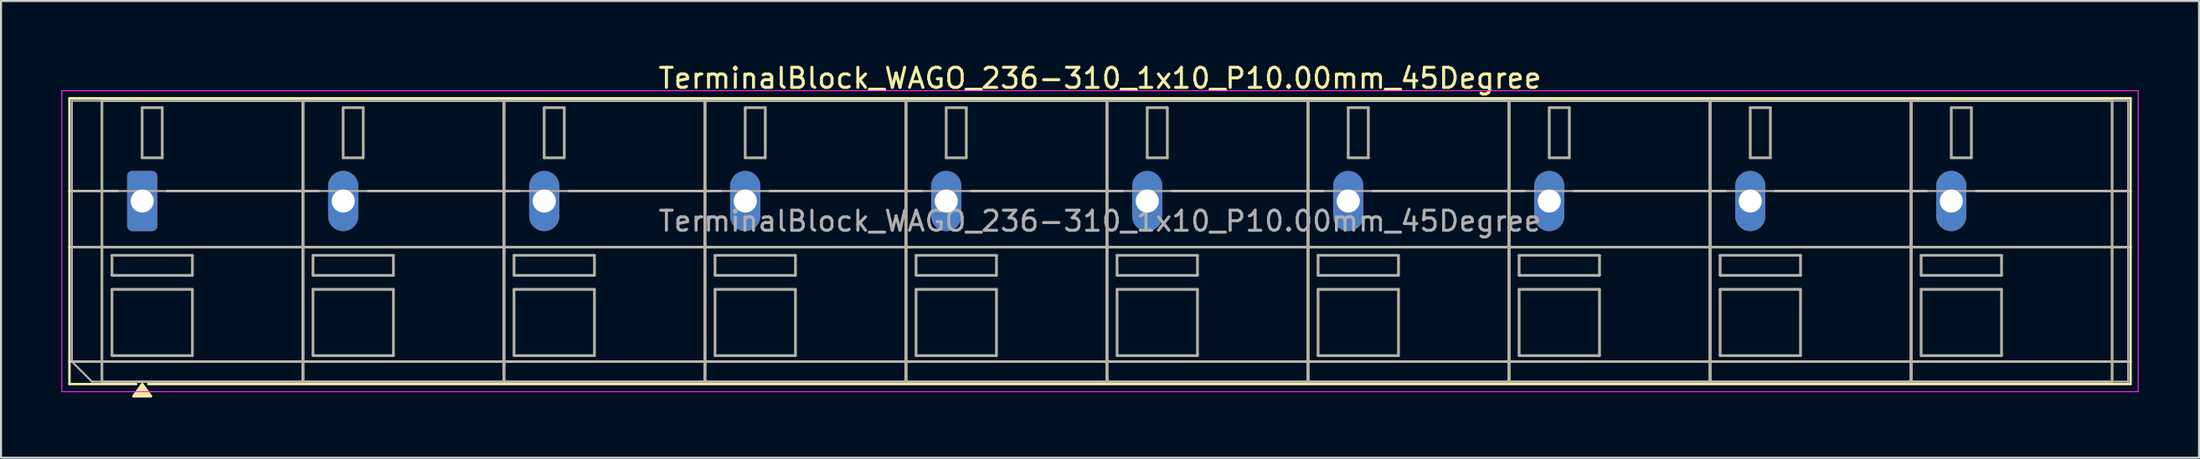
<source format=kicad_pcb>
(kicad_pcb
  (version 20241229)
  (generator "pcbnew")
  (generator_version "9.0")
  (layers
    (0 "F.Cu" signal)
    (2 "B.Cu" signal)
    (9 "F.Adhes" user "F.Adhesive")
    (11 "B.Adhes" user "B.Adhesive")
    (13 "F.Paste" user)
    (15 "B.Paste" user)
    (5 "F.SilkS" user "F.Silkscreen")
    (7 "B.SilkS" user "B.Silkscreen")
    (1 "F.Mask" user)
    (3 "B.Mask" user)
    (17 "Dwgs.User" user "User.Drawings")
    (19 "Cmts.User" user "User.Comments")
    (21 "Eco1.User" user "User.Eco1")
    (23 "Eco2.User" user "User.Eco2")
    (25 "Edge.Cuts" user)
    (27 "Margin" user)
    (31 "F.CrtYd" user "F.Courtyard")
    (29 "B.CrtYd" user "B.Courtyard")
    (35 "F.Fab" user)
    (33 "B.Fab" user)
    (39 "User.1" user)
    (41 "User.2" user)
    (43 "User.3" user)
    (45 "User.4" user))
  (footprint "TerminalBlock_WAGO_236-310_1x10_P10.00mm_45Degree"
    (layer "F.Cu")
    (at 4.025 6.968)
    (property "Reference" "TerminalBlock_WAGO_236-310_1x10_P10.00mm_45Degree" (at 47.65 -6.12 0) (layer "F.SilkS") (effects (font (size 1 1) (thickness 0.15))))
    (attr through_hole)
    (fp_line (start -3.62 -5.12) (end -3.62 9.12) (stroke (width 0.12) (type solid)) (layer "F.SilkS"))
    (fp_line (start -3.62 -5.12) (end 98.92 -5.12) (stroke (width 0.12) (type solid)) (layer "F.SilkS"))
    (fp_line (start -3.62 -0.5) (end -1.23 -0.5) (stroke (width 0.12) (type solid)) (layer "F.SilkS"))
    (fp_line (start -3.62 2.3) (end 98.92 2.3) (stroke (width 0.12) (type solid)) (layer "F.SilkS"))
    (fp_line (start -3.62 8) (end 98.92 8) (stroke (width 0.12) (type solid)) (layer "F.SilkS"))
    (fp_line (start -3.62 9.12) (end -0.3 9.12) (stroke (width 0.12) (type solid)) (layer "F.SilkS"))
    (fp_line (start -2 -5) (end -2 9) (stroke (width 0.12) (type solid)) (layer "F.SilkS"))
    (fp_line (start -2 -5) (end 8 -5) (stroke (width 0.12) (type solid)) (layer "F.SilkS"))
    (fp_line (start -2 9) (end 8 9) (stroke (width 0.12) (type solid)) (layer "F.SilkS"))
    (fp_line (start -1.5 2.7) (end -1.5 3.7) (stroke (width 0.12) (type solid)) (layer "F.SilkS"))
    (fp_line (start -1.5 2.7) (end 2.5 2.7) (stroke (width 0.12) (type solid)) (layer "F.SilkS"))
    (fp_line (start -1.5 3.7) (end 2.5 3.7) (stroke (width 0.12) (type solid)) (layer "F.SilkS"))
    (fp_line (start -1.5 4.4) (end -1.5 7.7) (stroke (width 0.12) (type solid)) (layer "F.SilkS"))
    (fp_line (start -1.5 4.4) (end 2.5 4.4) (stroke (width 0.12) (type solid)) (layer "F.SilkS"))
    (fp_line (start -1.5 7.7) (end 2.5 7.7) (stroke (width 0.12) (type solid)) (layer "F.SilkS"))
    (fp_line (start 0 -4.65) (end 0 -2.15) (stroke (width 0.12) (type solid)) (layer "F.SilkS"))
    (fp_line (start 0 -4.65) (end 1 -4.65) (stroke (width 0.12) (type solid)) (layer "F.SilkS"))
    (fp_line (start 0 -2.15) (end 1 -2.15) (stroke (width 0.12) (type solid)) (layer "F.SilkS"))
    (fp_line (start 0.3 9.12) (end 98.92 9.12) (stroke (width 0.12) (type solid)) (layer "F.SilkS"))
    (fp_line (start 1 -4.65) (end 1 -2.15) (stroke (width 0.12) (type solid)) (layer "F.SilkS"))
    (fp_line (start 1.23 -0.5) (end 8.77 -0.5) (stroke (width 0.12) (type solid)) (layer "F.SilkS"))
    (fp_line (start 2.5 2.7) (end 2.5 3.7) (stroke (width 0.12) (type solid)) (layer "F.SilkS"))
    (fp_line (start 2.5 4.4) (end 2.5 7.7) (stroke (width 0.12) (type solid)) (layer "F.SilkS"))
    (fp_line (start 8 -5) (end 8 9) (stroke (width 0.12) (type solid)) (layer "F.SilkS"))
    (fp_line (start 8 -5) (end 8 9) (stroke (width 0.12) (type solid)) (layer "F.SilkS"))
    (fp_line (start 8 -5) (end 18 -5) (stroke (width 0.12) (type solid)) (layer "F.SilkS"))
    (fp_line (start 8 9) (end 18 9) (stroke (width 0.12) (type solid)) (layer "F.SilkS"))
    (fp_line (start 8.5 2.7) (end 8.5 3.7) (stroke (width 0.12) (type solid)) (layer "F.SilkS"))
    (fp_line (start 8.5 2.7) (end 12.5 2.7) (stroke (width 0.12) (type solid)) (layer "F.SilkS"))
    (fp_line (start 8.5 3.7) (end 12.5 3.7) (stroke (width 0.12) (type solid)) (layer "F.SilkS"))
    (fp_line (start 8.5 4.4) (end 8.5 7.7) (stroke (width 0.12) (type solid)) (layer "F.SilkS"))
    (fp_line (start 8.5 4.4) (end 12.5 4.4) (stroke (width 0.12) (type solid)) (layer "F.SilkS"))
    (fp_line (start 8.5 7.7) (end 12.5 7.7) (stroke (width 0.12) (type solid)) (layer "F.SilkS"))
    (fp_line (start 10 -4.65) (end 10 -2.15) (stroke (width 0.12) (type solid)) (layer "F.SilkS"))
    (fp_line (start 10 -4.65) (end 11 -4.65) (stroke (width 0.12) (type solid)) (layer "F.SilkS"))
    (fp_line (start 10 -2.15) (end 11 -2.15) (stroke (width 0.12) (type solid)) (layer "F.SilkS"))
    (fp_line (start 11 -4.65) (end 11 -2.15) (stroke (width 0.12) (type solid)) (layer "F.SilkS"))
    (fp_line (start 11.23 -0.5) (end 18.77 -0.5) (stroke (width 0.12) (type solid)) (layer "F.SilkS"))
    (fp_line (start 12.5 2.7) (end 12.5 3.7) (stroke (width 0.12) (type solid)) (layer "F.SilkS"))
    (fp_line (start 12.5 4.4) (end 12.5 7.7) (stroke (width 0.12) (type solid)) (layer "F.SilkS"))
    (fp_line (start 18 -5) (end 18 9) (stroke (width 0.12) (type solid)) (layer "F.SilkS"))
    (fp_line (start 18 -5) (end 18 9) (stroke (width 0.12) (type solid)) (layer "F.SilkS"))
    (fp_line (start 18 -5) (end 28 -5) (stroke (width 0.12) (type solid)) (layer "F.SilkS"))
    (fp_line (start 18 9) (end 28 9) (stroke (width 0.12) (type solid)) (layer "F.SilkS"))
    (fp_line (start 18.5 2.7) (end 18.5 3.7) (stroke (width 0.12) (type solid)) (layer "F.SilkS"))
    (fp_line (start 18.5 2.7) (end 22.5 2.7) (stroke (width 0.12) (type solid)) (layer "F.SilkS"))
    (fp_line (start 18.5 3.7) (end 22.5 3.7) (stroke (width 0.12) (type solid)) (layer "F.SilkS"))
    (fp_line (start 18.5 4.4) (end 18.5 7.7) (stroke (width 0.12) (type solid)) (layer "F.SilkS"))
    (fp_line (start 18.5 4.4) (end 22.5 4.4) (stroke (width 0.12) (type solid)) (layer "F.SilkS"))
    (fp_line (start 18.5 7.7) (end 22.5 7.7) (stroke (width 0.12) (type solid)) (layer "F.SilkS"))
    (fp_line (start 20 -4.65) (end 20 -2.15) (stroke (width 0.12) (type solid)) (layer "F.SilkS"))
    (fp_line (start 20 -4.65) (end 21 -4.65) (stroke (width 0.12) (type solid)) (layer "F.SilkS"))
    (fp_line (start 20 -2.15) (end 21 -2.15) (stroke (width 0.12) (type solid)) (layer "F.SilkS"))
    (fp_line (start 21 -4.65) (end 21 -2.15) (stroke (width 0.12) (type solid)) (layer "F.SilkS"))
    (fp_line (start 21.23 -0.5) (end 28.77 -0.5) (stroke (width 0.12) (type solid)) (layer "F.SilkS"))
    (fp_line (start 22.5 2.7) (end 22.5 3.7) (stroke (width 0.12) (type solid)) (layer "F.SilkS"))
    (fp_line (start 22.5 4.4) (end 22.5 7.7) (stroke (width 0.12) (type solid)) (layer "F.SilkS"))
    (fp_line (start 28 -5) (end 28 9) (stroke (width 0.12) (type solid)) (layer "F.SilkS"))
    (fp_line (start 28 -5) (end 28 9) (stroke (width 0.12) (type solid)) (layer "F.SilkS"))
    (fp_line (start 28 -5) (end 38 -5) (stroke (width 0.12) (type solid)) (layer "F.SilkS"))
    (fp_line (start 28 9) (end 38 9) (stroke (width 0.12) (type solid)) (layer "F.SilkS"))
    (fp_line (start 28.5 2.7) (end 28.5 3.7) (stroke (width 0.12) (type solid)) (layer "F.SilkS"))
    (fp_line (start 28.5 2.7) (end 32.5 2.7) (stroke (width 0.12) (type solid)) (layer "F.SilkS"))
    (fp_line (start 28.5 3.7) (end 32.5 3.7) (stroke (width 0.12) (type solid)) (layer "F.SilkS"))
    (fp_line (start 28.5 4.4) (end 28.5 7.7) (stroke (width 0.12) (type solid)) (layer "F.SilkS"))
    (fp_line (start 28.5 4.4) (end 32.5 4.4) (stroke (width 0.12) (type solid)) (layer "F.SilkS"))
    (fp_line (start 28.5 7.7) (end 32.5 7.7) (stroke (width 0.12) (type solid)) (layer "F.SilkS"))
    (fp_line (start 30 -4.65) (end 30 -2.15) (stroke (width 0.12) (type solid)) (layer "F.SilkS"))
    (fp_line (start 30 -4.65) (end 31 -4.65) (stroke (width 0.12) (type solid)) (layer "F.SilkS"))
    (fp_line (start 30 -2.15) (end 31 -2.15) (stroke (width 0.12) (type solid)) (layer "F.SilkS"))
    (fp_line (start 31 -4.65) (end 31 -2.15) (stroke (width 0.12) (type solid)) (layer "F.SilkS"))
    (fp_line (start 31.23 -0.5) (end 38.77 -0.5) (stroke (width 0.12) (type solid)) (layer "F.SilkS"))
    (fp_line (start 32.5 2.7) (end 32.5 3.7) (stroke (width 0.12) (type solid)) (layer "F.SilkS"))
    (fp_line (start 32.5 4.4) (end 32.5 7.7) (stroke (width 0.12) (type solid)) (layer "F.SilkS"))
    (fp_line (start 38 -5) (end 38 9) (stroke (width 0.12) (type solid)) (layer "F.SilkS"))
    (fp_line (start 38 -5) (end 38 9) (stroke (width 0.12) (type solid)) (layer "F.SilkS"))
    (fp_line (start 38 -5) (end 48 -5) (stroke (width 0.12) (type solid)) (layer "F.SilkS"))
    (fp_line (start 38 9) (end 48 9) (stroke (width 0.12) (type solid)) (layer "F.SilkS"))
    (fp_line (start 38.5 2.7) (end 38.5 3.7) (stroke (width 0.12) (type solid)) (layer "F.SilkS"))
    (fp_line (start 38.5 2.7) (end 42.5 2.7) (stroke (width 0.12) (type solid)) (layer "F.SilkS"))
    (fp_line (start 38.5 3.7) (end 42.5 3.7) (stroke (width 0.12) (type solid)) (layer "F.SilkS"))
    (fp_line (start 38.5 4.4) (end 38.5 7.7) (stroke (width 0.12) (type solid)) (layer "F.SilkS"))
    (fp_line (start 38.5 4.4) (end 42.5 4.4) (stroke (width 0.12) (type solid)) (layer "F.SilkS"))
    (fp_line (start 38.5 7.7) (end 42.5 7.7) (stroke (width 0.12) (type solid)) (layer "F.SilkS"))
    (fp_line (start 40 -4.65) (end 40 -2.15) (stroke (width 0.12) (type solid)) (layer "F.SilkS"))
    (fp_line (start 40 -4.65) (end 41 -4.65) (stroke (width 0.12) (type solid)) (layer "F.SilkS"))
    (fp_line (start 40 -2.15) (end 41 -2.15) (stroke (width 0.12) (type solid)) (layer "F.SilkS"))
    (fp_line (start 41 -4.65) (end 41 -2.15) (stroke (width 0.12) (type solid)) (layer "F.SilkS"))
    (fp_line (start 41.23 -0.5) (end 48.77 -0.5) (stroke (width 0.12) (type solid)) (layer "F.SilkS"))
    (fp_line (start 42.5 2.7) (end 42.5 3.7) (stroke (width 0.12) (type solid)) (layer "F.SilkS"))
    (fp_line (start 42.5 4.4) (end 42.5 7.7) (stroke (width 0.12) (type solid)) (layer "F.SilkS"))
    (fp_line (start 48 -5) (end 48 9) (stroke (width 0.12) (type solid)) (layer "F.SilkS"))
    (fp_line (start 48 -5) (end 48 9) (stroke (width 0.12) (type solid)) (layer "F.SilkS"))
    (fp_line (start 48 -5) (end 58 -5) (stroke (width 0.12) (type solid)) (layer "F.SilkS"))
    (fp_line (start 48 9) (end 58 9) (stroke (width 0.12) (type solid)) (layer "F.SilkS"))
    (fp_line (start 48.5 2.7) (end 48.5 3.7) (stroke (width 0.12) (type solid)) (layer "F.SilkS"))
    (fp_line (start 48.5 2.7) (end 52.5 2.7) (stroke (width 0.12) (type solid)) (layer "F.SilkS"))
    (fp_line (start 48.5 3.7) (end 52.5 3.7) (stroke (width 0.12) (type solid)) (layer "F.SilkS"))
    (fp_line (start 48.5 4.4) (end 48.5 7.7) (stroke (width 0.12) (type solid)) (layer "F.SilkS"))
    (fp_line (start 48.5 4.4) (end 52.5 4.4) (stroke (width 0.12) (type solid)) (layer "F.SilkS"))
    (fp_line (start 48.5 7.7) (end 52.5 7.7) (stroke (width 0.12) (type solid)) (layer "F.SilkS"))
    (fp_line (start 50 -4.65) (end 50 -2.15) (stroke (width 0.12) (type solid)) (layer "F.SilkS"))
    (fp_line (start 50 -4.65) (end 51 -4.65) (stroke (width 0.12) (type solid)) (layer "F.SilkS"))
    (fp_line (start 50 -2.15) (end 51 -2.15) (stroke (width 0.12) (type solid)) (layer "F.SilkS"))
    (fp_line (start 51 -4.65) (end 51 -2.15) (stroke (width 0.12) (type solid)) (layer "F.SilkS"))
    (fp_line (start 51.23 -0.5) (end 58.77 -0.5) (stroke (width 0.12) (type solid)) (layer "F.SilkS"))
    (fp_line (start 52.5 2.7) (end 52.5 3.7) (stroke (width 0.12) (type solid)) (layer "F.SilkS"))
    (fp_line (start 52.5 4.4) (end 52.5 7.7) (stroke (width 0.12) (type solid)) (layer "F.SilkS"))
    (fp_line (start 58 -5) (end 58 9) (stroke (width 0.12) (type solid)) (layer "F.SilkS"))
    (fp_line (start 58 -5) (end 58 9) (stroke (width 0.12) (type solid)) (layer "F.SilkS"))
    (fp_line (start 58 -5) (end 68 -5) (stroke (width 0.12) (type solid)) (layer "F.SilkS"))
    (fp_line (start 58 9) (end 68 9) (stroke (width 0.12) (type solid)) (layer "F.SilkS"))
    (fp_line (start 58.5 2.7) (end 58.5 3.7) (stroke (width 0.12) (type solid)) (layer "F.SilkS"))
    (fp_line (start 58.5 2.7) (end 62.5 2.7) (stroke (width 0.12) (type solid)) (layer "F.SilkS"))
    (fp_line (start 58.5 3.7) (end 62.5 3.7) (stroke (width 0.12) (type solid)) (layer "F.SilkS"))
    (fp_line (start 58.5 4.4) (end 58.5 7.7) (stroke (width 0.12) (type solid)) (layer "F.SilkS"))
    (fp_line (start 58.5 4.4) (end 62.5 4.4) (stroke (width 0.12) (type solid)) (layer "F.SilkS"))
    (fp_line (start 58.5 7.7) (end 62.5 7.7) (stroke (width 0.12) (type solid)) (layer "F.SilkS"))
    (fp_line (start 60 -4.65) (end 60 -2.15) (stroke (width 0.12) (type solid)) (layer "F.SilkS"))
    (fp_line (start 60 -4.65) (end 61 -4.65) (stroke (width 0.12) (type solid)) (layer "F.SilkS"))
    (fp_line (start 60 -2.15) (end 61 -2.15) (stroke (width 0.12) (type solid)) (layer "F.SilkS"))
    (fp_line (start 61 -4.65) (end 61 -2.15) (stroke (width 0.12) (type solid)) (layer "F.SilkS"))
    (fp_line (start 61.23 -0.5) (end 68.77 -0.5) (stroke (width 0.12) (type solid)) (layer "F.SilkS"))
    (fp_line (start 62.5 2.7) (end 62.5 3.7) (stroke (width 0.12) (type solid)) (layer "F.SilkS"))
    (fp_line (start 62.5 4.4) (end 62.5 7.7) (stroke (width 0.12) (type solid)) (layer "F.SilkS"))
    (fp_line (start 68 -5) (end 68 9) (stroke (width 0.12) (type solid)) (layer "F.SilkS"))
    (fp_line (start 68 -5) (end 68 9) (stroke (width 0.12) (type solid)) (layer "F.SilkS"))
    (fp_line (start 68 -5) (end 78 -5) (stroke (width 0.12) (type solid)) (layer "F.SilkS"))
    (fp_line (start 68 9) (end 78 9) (stroke (width 0.12) (type solid)) (layer "F.SilkS"))
    (fp_line (start 68.5 2.7) (end 68.5 3.7) (stroke (width 0.12) (type solid)) (layer "F.SilkS"))
    (fp_line (start 68.5 2.7) (end 72.5 2.7) (stroke (width 0.12) (type solid)) (layer "F.SilkS"))
    (fp_line (start 68.5 3.7) (end 72.5 3.7) (stroke (width 0.12) (type solid)) (layer "F.SilkS"))
    (fp_line (start 68.5 4.4) (end 68.5 7.7) (stroke (width 0.12) (type solid)) (layer "F.SilkS"))
    (fp_line (start 68.5 4.4) (end 72.5 4.4) (stroke (width 0.12) (type solid)) (layer "F.SilkS"))
    (fp_line (start 68.5 7.7) (end 72.5 7.7) (stroke (width 0.12) (type solid)) (layer "F.SilkS"))
    (fp_line (start 70 -4.65) (end 70 -2.15) (stroke (width 0.12) (type solid)) (layer "F.SilkS"))
    (fp_line (start 70 -4.65) (end 71 -4.65) (stroke (width 0.12) (type solid)) (layer "F.SilkS"))
    (fp_line (start 70 -2.15) (end 71 -2.15) (stroke (width 0.12) (type solid)) (layer "F.SilkS"))
    (fp_line (start 71 -4.65) (end 71 -2.15) (stroke (width 0.12) (type solid)) (layer "F.SilkS"))
    (fp_line (start 71.23 -0.5) (end 78.77 -0.5) (stroke (width 0.12) (type solid)) (layer "F.SilkS"))
    (fp_line (start 72.5 2.7) (end 72.5 3.7) (stroke (width 0.12) (type solid)) (layer "F.SilkS"))
    (fp_line (start 72.5 4.4) (end 72.5 7.7) (stroke (width 0.12) (type solid)) (layer "F.SilkS"))
    (fp_line (start 78 -5) (end 78 9) (stroke (width 0.12) (type solid)) (layer "F.SilkS"))
    (fp_line (start 78 -5) (end 78 9) (stroke (width 0.12) (type solid)) (layer "F.SilkS"))
    (fp_line (start 78 -5) (end 88 -5) (stroke (width 0.12) (type solid)) (layer "F.SilkS"))
    (fp_line (start 78 9) (end 88 9) (stroke (width 0.12) (type solid)) (layer "F.SilkS"))
    (fp_line (start 78.5 2.7) (end 78.5 3.7) (stroke (width 0.12) (type solid)) (layer "F.SilkS"))
    (fp_line (start 78.5 2.7) (end 82.5 2.7) (stroke (width 0.12) (type solid)) (layer "F.SilkS"))
    (fp_line (start 78.5 3.7) (end 82.5 3.7) (stroke (width 0.12) (type solid)) (layer "F.SilkS"))
    (fp_line (start 78.5 4.4) (end 78.5 7.7) (stroke (width 0.12) (type solid)) (layer "F.SilkS"))
    (fp_line (start 78.5 4.4) (end 82.5 4.4) (stroke (width 0.12) (type solid)) (layer "F.SilkS"))
    (fp_line (start 78.5 7.7) (end 82.5 7.7) (stroke (width 0.12) (type solid)) (layer "F.SilkS"))
    (fp_line (start 80 -4.65) (end 80 -2.15) (stroke (width 0.12) (type solid)) (layer "F.SilkS"))
    (fp_line (start 80 -4.65) (end 81 -4.65) (stroke (width 0.12) (type solid)) (layer "F.SilkS"))
    (fp_line (start 80 -2.15) (end 81 -2.15) (stroke (width 0.12) (type solid)) (layer "F.SilkS"))
    (fp_line (start 81 -4.65) (end 81 -2.15) (stroke (width 0.12) (type solid)) (layer "F.SilkS"))
    (fp_line (start 81.23 -0.5) (end 88.77 -0.5) (stroke (width 0.12) (type solid)) (layer "F.SilkS"))
    (fp_line (start 82.5 2.7) (end 82.5 3.7) (stroke (width 0.12) (type solid)) (layer "F.SilkS"))
    (fp_line (start 82.5 4.4) (end 82.5 7.7) (stroke (width 0.12) (type solid)) (layer "F.SilkS"))
    (fp_line (start 88 -5) (end 88 9) (stroke (width 0.12) (type solid)) (layer "F.SilkS"))
    (fp_line (start 88 -5) (end 88 9) (stroke (width 0.12) (type solid)) (layer "F.SilkS"))
    (fp_line (start 88 -5) (end 98 -5) (stroke (width 0.12) (type solid)) (layer "F.SilkS"))
    (fp_line (start 88 9) (end 98 9) (stroke (width 0.12) (type solid)) (layer "F.SilkS"))
    (fp_line (start 88.5 2.7) (end 88.5 3.7) (stroke (width 0.12) (type solid)) (layer "F.SilkS"))
    (fp_line (start 88.5 2.7) (end 92.5 2.7) (stroke (width 0.12) (type solid)) (layer "F.SilkS"))
    (fp_line (start 88.5 3.7) (end 92.5 3.7) (stroke (width 0.12) (type solid)) (layer "F.SilkS"))
    (fp_line (start 88.5 4.4) (end 88.5 7.7) (stroke (width 0.12) (type solid)) (layer "F.SilkS"))
    (fp_line (start 88.5 4.4) (end 92.5 4.4) (stroke (width 0.12) (type solid)) (layer "F.SilkS"))
    (fp_line (start 88.5 7.7) (end 92.5 7.7) (stroke (width 0.12) (type solid)) (layer "F.SilkS"))
    (fp_line (start 90 -4.65) (end 90 -2.15) (stroke (width 0.12) (type solid)) (layer "F.SilkS"))
    (fp_line (start 90 -4.65) (end 91 -4.65) (stroke (width 0.12) (type solid)) (layer "F.SilkS"))
    (fp_line (start 90 -2.15) (end 91 -2.15) (stroke (width 0.12) (type solid)) (layer "F.SilkS"))
    (fp_line (start 91 -4.65) (end 91 -2.15) (stroke (width 0.12) (type solid)) (layer "F.SilkS"))
    (fp_line (start 91.23 -0.5) (end 98.92 -0.5) (stroke (width 0.12) (type solid)) (layer "F.SilkS"))
    (fp_line (start 92.5 2.7) (end 92.5 3.7) (stroke (width 0.12) (type solid)) (layer "F.SilkS"))
    (fp_line (start 92.5 4.4) (end 92.5 7.7) (stroke (width 0.12) (type solid)) (layer "F.SilkS"))
    (fp_line (start 98 -5) (end 98 9) (stroke (width 0.12) (type solid)) (layer "F.SilkS"))
    (fp_line (start 98.92 -5.12) (end 98.92 9.12) (stroke (width 0.12) (type solid)) (layer "F.SilkS"))
    (fp_poly (pts (xy 0 9.12) (xy 0.44 9.73) (xy -0.44 9.73)) (stroke (width 0.12) (type solid)) (fill yes) (layer "F.SilkS"))
    (fp_line (start -4 -5.5) (end -4 9.5) (stroke (width 0.05) (type solid)) (layer "F.CrtYd"))
    (fp_line (start -4 9.5) (end 99.3 9.5) (stroke (width 0.05) (type solid)) (layer "F.CrtYd"))
    (fp_line (start 99.3 -5.5) (end -4 -5.5) (stroke (width 0.05) (type solid)) (layer "F.CrtYd"))
    (fp_line (start 99.3 9.5) (end 99.3 -5.5) (stroke (width 0.05) (type solid)) (layer "F.CrtYd"))
    (fp_line (start -3.5 -5) (end 98.8 -5) (stroke (width 0.1) (type solid)) (layer "F.Fab"))
    (fp_line (start -3.5 -0.5) (end 98.8 -0.5) (stroke (width 0.1) (type solid)) (layer "F.Fab"))
    (fp_line (start -3.5 2.3) (end 98.8 2.3) (stroke (width 0.1) (type solid)) (layer "F.Fab"))
    (fp_line (start -3.5 8) (end -3.5 -5) (stroke (width 0.1) (type solid)) (layer "F.Fab"))
    (fp_line (start -3.5 8) (end 98.8 8) (stroke (width 0.1) (type solid)) (layer "F.Fab"))
    (fp_line (start -2.5 9) (end -3.5 8) (stroke (width 0.1) (type solid)) (layer "F.Fab"))
    (fp_line (start -2 -5) (end -2 9) (stroke (width 0.1) (type solid)) (layer "F.Fab"))
    (fp_line (start -2 9) (end 8 9) (stroke (width 0.1) (type solid)) (layer "F.Fab"))
    (fp_line (start -1.5 2.7) (end -1.5 3.7) (stroke (width 0.1) (type solid)) (layer "F.Fab"))
    (fp_line (start -1.5 3.7) (end 2.5 3.7) (stroke (width 0.1) (type solid)) (layer "F.Fab"))
    (fp_line (start -1.5 4.4) (end -1.5 7.7) (stroke (width 0.1) (type solid)) (layer "F.Fab"))
    (fp_line (start -1.5 7.7) (end 2.5 7.7) (stroke (width 0.1) (type solid)) (layer "F.Fab"))
    (fp_line (start 0 -4.65) (end 0 -2.15) (stroke (width 0.1) (type solid)) (layer "F.Fab"))
    (fp_line (start 0 -2.15) (end 1 -2.15) (stroke (width 0.1) (type solid)) (layer "F.Fab"))
    (fp_line (start 1 -4.65) (end 0 -4.65) (stroke (width 0.1) (type solid)) (layer "F.Fab"))
    (fp_line (start 1 -2.15) (end 1 -4.65) (stroke (width 0.1) (type solid)) (layer "F.Fab"))
    (fp_line (start 2.5 2.7) (end -1.5 2.7) (stroke (width 0.1) (type solid)) (layer "F.Fab"))
    (fp_line (start 2.5 3.7) (end 2.5 2.7) (stroke (width 0.1) (type solid)) (layer "F.Fab"))
    (fp_line (start 2.5 4.4) (end -1.5 4.4) (stroke (width 0.1) (type solid)) (layer "F.Fab"))
    (fp_line (start 2.5 7.7) (end 2.5 4.4) (stroke (width 0.1) (type solid)) (layer "F.Fab"))
    (fp_line (start 8 -5) (end -2 -5) (stroke (width 0.1) (type solid)) (layer "F.Fab"))
    (fp_line (start 8 -5) (end 8 9) (stroke (width 0.1) (type solid)) (layer "F.Fab"))
    (fp_line (start 8 9) (end 8 -5) (stroke (width 0.1) (type solid)) (layer "F.Fab"))
    (fp_line (start 8 9) (end 18 9) (stroke (width 0.1) (type solid)) (layer "F.Fab"))
    (fp_line (start 8.5 2.7) (end 8.5 3.7) (stroke (width 0.1) (type solid)) (layer "F.Fab"))
    (fp_line (start 8.5 3.7) (end 12.5 3.7) (stroke (width 0.1) (type solid)) (layer "F.Fab"))
    (fp_line (start 8.5 4.4) (end 8.5 7.7) (stroke (width 0.1) (type solid)) (layer "F.Fab"))
    (fp_line (start 8.5 7.7) (end 12.5 7.7) (stroke (width 0.1) (type solid)) (layer "F.Fab"))
    (fp_line (start 10 -4.65) (end 10 -2.15) (stroke (width 0.1) (type solid)) (layer "F.Fab"))
    (fp_line (start 10 -2.15) (end 11 -2.15) (stroke (width 0.1) (type solid)) (layer "F.Fab"))
    (fp_line (start 11 -4.65) (end 10 -4.65) (stroke (width 0.1) (type solid)) (layer "F.Fab"))
    (fp_line (start 11 -2.15) (end 11 -4.65) (stroke (width 0.1) (type solid)) (layer "F.Fab"))
    (fp_line (start 12.5 2.7) (end 8.5 2.7) (stroke (width 0.1) (type solid)) (layer "F.Fab"))
    (fp_line (start 12.5 3.7) (end 12.5 2.7) (stroke (width 0.1) (type solid)) (layer "F.Fab"))
    (fp_line (start 12.5 4.4) (end 8.5 4.4) (stroke (width 0.1) (type solid)) (layer "F.Fab"))
    (fp_line (start 12.5 7.7) (end 12.5 4.4) (stroke (width 0.1) (type solid)) (layer "F.Fab"))
    (fp_line (start 18 -5) (end 8 -5) (stroke (width 0.1) (type solid)) (layer "F.Fab"))
    (fp_line (start 18 -5) (end 18 9) (stroke (width 0.1) (type solid)) (layer "F.Fab"))
    (fp_line (start 18 9) (end 18 -5) (stroke (width 0.1) (type solid)) (layer "F.Fab"))
    (fp_line (start 18 9) (end 28 9) (stroke (width 0.1) (type solid)) (layer "F.Fab"))
    (fp_line (start 18.5 2.7) (end 18.5 3.7) (stroke (width 0.1) (type solid)) (layer "F.Fab"))
    (fp_line (start 18.5 3.7) (end 22.5 3.7) (stroke (width 0.1) (type solid)) (layer "F.Fab"))
    (fp_line (start 18.5 4.4) (end 18.5 7.7) (stroke (width 0.1) (type solid)) (layer "F.Fab"))
    (fp_line (start 18.5 7.7) (end 22.5 7.7) (stroke (width 0.1) (type solid)) (layer "F.Fab"))
    (fp_line (start 20 -4.65) (end 20 -2.15) (stroke (width 0.1) (type solid)) (layer "F.Fab"))
    (fp_line (start 20 -2.15) (end 21 -2.15) (stroke (width 0.1) (type solid)) (layer "F.Fab"))
    (fp_line (start 21 -4.65) (end 20 -4.65) (stroke (width 0.1) (type solid)) (layer "F.Fab"))
    (fp_line (start 21 -2.15) (end 21 -4.65) (stroke (width 0.1) (type solid)) (layer "F.Fab"))
    (fp_line (start 22.5 2.7) (end 18.5 2.7) (stroke (width 0.1) (type solid)) (layer "F.Fab"))
    (fp_line (start 22.5 3.7) (end 22.5 2.7) (stroke (width 0.1) (type solid)) (layer "F.Fab"))
    (fp_line (start 22.5 4.4) (end 18.5 4.4) (stroke (width 0.1) (type solid)) (layer "F.Fab"))
    (fp_line (start 22.5 7.7) (end 22.5 4.4) (stroke (width 0.1) (type solid)) (layer "F.Fab"))
    (fp_line (start 28 -5) (end 18 -5) (stroke (width 0.1) (type solid)) (layer "F.Fab"))
    (fp_line (start 28 -5) (end 28 9) (stroke (width 0.1) (type solid)) (layer "F.Fab"))
    (fp_line (start 28 9) (end 28 -5) (stroke (width 0.1) (type solid)) (layer "F.Fab"))
    (fp_line (start 28 9) (end 38 9) (stroke (width 0.1) (type solid)) (layer "F.Fab"))
    (fp_line (start 28.5 2.7) (end 28.5 3.7) (stroke (width 0.1) (type solid)) (layer "F.Fab"))
    (fp_line (start 28.5 3.7) (end 32.5 3.7) (stroke (width 0.1) (type solid)) (layer "F.Fab"))
    (fp_line (start 28.5 4.4) (end 28.5 7.7) (stroke (width 0.1) (type solid)) (layer "F.Fab"))
    (fp_line (start 28.5 7.7) (end 32.5 7.7) (stroke (width 0.1) (type solid)) (layer "F.Fab"))
    (fp_line (start 30 -4.65) (end 30 -2.15) (stroke (width 0.1) (type solid)) (layer "F.Fab"))
    (fp_line (start 30 -2.15) (end 31 -2.15) (stroke (width 0.1) (type solid)) (layer "F.Fab"))
    (fp_line (start 31 -4.65) (end 30 -4.65) (stroke (width 0.1) (type solid)) (layer "F.Fab"))
    (fp_line (start 31 -2.15) (end 31 -4.65) (stroke (width 0.1) (type solid)) (layer "F.Fab"))
    (fp_line (start 32.5 2.7) (end 28.5 2.7) (stroke (width 0.1) (type solid)) (layer "F.Fab"))
    (fp_line (start 32.5 3.7) (end 32.5 2.7) (stroke (width 0.1) (type solid)) (layer "F.Fab"))
    (fp_line (start 32.5 4.4) (end 28.5 4.4) (stroke (width 0.1) (type solid)) (layer "F.Fab"))
    (fp_line (start 32.5 7.7) (end 32.5 4.4) (stroke (width 0.1) (type solid)) (layer "F.Fab"))
    (fp_line (start 38 -5) (end 28 -5) (stroke (width 0.1) (type solid)) (layer "F.Fab"))
    (fp_line (start 38 -5) (end 38 9) (stroke (width 0.1) (type solid)) (layer "F.Fab"))
    (fp_line (start 38 9) (end 38 -5) (stroke (width 0.1) (type solid)) (layer "F.Fab"))
    (fp_line (start 38 9) (end 48 9) (stroke (width 0.1) (type solid)) (layer "F.Fab"))
    (fp_line (start 38.5 2.7) (end 38.5 3.7) (stroke (width 0.1) (type solid)) (layer "F.Fab"))
    (fp_line (start 38.5 3.7) (end 42.5 3.7) (stroke (width 0.1) (type solid)) (layer "F.Fab"))
    (fp_line (start 38.5 4.4) (end 38.5 7.7) (stroke (width 0.1) (type solid)) (layer "F.Fab"))
    (fp_line (start 38.5 7.7) (end 42.5 7.7) (stroke (width 0.1) (type solid)) (layer "F.Fab"))
    (fp_line (start 40 -4.65) (end 40 -2.15) (stroke (width 0.1) (type solid)) (layer "F.Fab"))
    (fp_line (start 40 -2.15) (end 41 -2.15) (stroke (width 0.1) (type solid)) (layer "F.Fab"))
    (fp_line (start 41 -4.65) (end 40 -4.65) (stroke (width 0.1) (type solid)) (layer "F.Fab"))
    (fp_line (start 41 -2.15) (end 41 -4.65) (stroke (width 0.1) (type solid)) (layer "F.Fab"))
    (fp_line (start 42.5 2.7) (end 38.5 2.7) (stroke (width 0.1) (type solid)) (layer "F.Fab"))
    (fp_line (start 42.5 3.7) (end 42.5 2.7) (stroke (width 0.1) (type solid)) (layer "F.Fab"))
    (fp_line (start 42.5 4.4) (end 38.5 4.4) (stroke (width 0.1) (type solid)) (layer "F.Fab"))
    (fp_line (start 42.5 7.7) (end 42.5 4.4) (stroke (width 0.1) (type solid)) (layer "F.Fab"))
    (fp_line (start 48 -5) (end 38 -5) (stroke (width 0.1) (type solid)) (layer "F.Fab"))
    (fp_line (start 48 -5) (end 48 9) (stroke (width 0.1) (type solid)) (layer "F.Fab"))
    (fp_line (start 48 9) (end 48 -5) (stroke (width 0.1) (type solid)) (layer "F.Fab"))
    (fp_line (start 48 9) (end 58 9) (stroke (width 0.1) (type solid)) (layer "F.Fab"))
    (fp_line (start 48.5 2.7) (end 48.5 3.7) (stroke (width 0.1) (type solid)) (layer "F.Fab"))
    (fp_line (start 48.5 3.7) (end 52.5 3.7) (stroke (width 0.1) (type solid)) (layer "F.Fab"))
    (fp_line (start 48.5 4.4) (end 48.5 7.7) (stroke (width 0.1) (type solid)) (layer "F.Fab"))
    (fp_line (start 48.5 7.7) (end 52.5 7.7) (stroke (width 0.1) (type solid)) (layer "F.Fab"))
    (fp_line (start 50 -4.65) (end 50 -2.15) (stroke (width 0.1) (type solid)) (layer "F.Fab"))
    (fp_line (start 50 -2.15) (end 51 -2.15) (stroke (width 0.1) (type solid)) (layer "F.Fab"))
    (fp_line (start 51 -4.65) (end 50 -4.65) (stroke (width 0.1) (type solid)) (layer "F.Fab"))
    (fp_line (start 51 -2.15) (end 51 -4.65) (stroke (width 0.1) (type solid)) (layer "F.Fab"))
    (fp_line (start 52.5 2.7) (end 48.5 2.7) (stroke (width 0.1) (type solid)) (layer "F.Fab"))
    (fp_line (start 52.5 3.7) (end 52.5 2.7) (stroke (width 0.1) (type solid)) (layer "F.Fab"))
    (fp_line (start 52.5 4.4) (end 48.5 4.4) (stroke (width 0.1) (type solid)) (layer "F.Fab"))
    (fp_line (start 52.5 7.7) (end 52.5 4.4) (stroke (width 0.1) (type solid)) (layer "F.Fab"))
    (fp_line (start 58 -5) (end 48 -5) (stroke (width 0.1) (type solid)) (layer "F.Fab"))
    (fp_line (start 58 -5) (end 58 9) (stroke (width 0.1) (type solid)) (layer "F.Fab"))
    (fp_line (start 58 9) (end 58 -5) (stroke (width 0.1) (type solid)) (layer "F.Fab"))
    (fp_line (start 58 9) (end 68 9) (stroke (width 0.1) (type solid)) (layer "F.Fab"))
    (fp_line (start 58.5 2.7) (end 58.5 3.7) (stroke (width 0.1) (type solid)) (layer "F.Fab"))
    (fp_line (start 58.5 3.7) (end 62.5 3.7) (stroke (width 0.1) (type solid)) (layer "F.Fab"))
    (fp_line (start 58.5 4.4) (end 58.5 7.7) (stroke (width 0.1) (type solid)) (layer "F.Fab"))
    (fp_line (start 58.5 7.7) (end 62.5 7.7) (stroke (width 0.1) (type solid)) (layer "F.Fab"))
    (fp_line (start 60 -4.65) (end 60 -2.15) (stroke (width 0.1) (type solid)) (layer "F.Fab"))
    (fp_line (start 60 -2.15) (end 61 -2.15) (stroke (width 0.1) (type solid)) (layer "F.Fab"))
    (fp_line (start 61 -4.65) (end 60 -4.65) (stroke (width 0.1) (type solid)) (layer "F.Fab"))
    (fp_line (start 61 -2.15) (end 61 -4.65) (stroke (width 0.1) (type solid)) (layer "F.Fab"))
    (fp_line (start 62.5 2.7) (end 58.5 2.7) (stroke (width 0.1) (type solid)) (layer "F.Fab"))
    (fp_line (start 62.5 3.7) (end 62.5 2.7) (stroke (width 0.1) (type solid)) (layer "F.Fab"))
    (fp_line (start 62.5 4.4) (end 58.5 4.4) (stroke (width 0.1) (type solid)) (layer "F.Fab"))
    (fp_line (start 62.5 7.7) (end 62.5 4.4) (stroke (width 0.1) (type solid)) (layer "F.Fab"))
    (fp_line (start 68 -5) (end 58 -5) (stroke (width 0.1) (type solid)) (layer "F.Fab"))
    (fp_line (start 68 -5) (end 68 9) (stroke (width 0.1) (type solid)) (layer "F.Fab"))
    (fp_line (start 68 9) (end 68 -5) (stroke (width 0.1) (type solid)) (layer "F.Fab"))
    (fp_line (start 68 9) (end 78 9) (stroke (width 0.1) (type solid)) (layer "F.Fab"))
    (fp_line (start 68.5 2.7) (end 68.5 3.7) (stroke (width 0.1) (type solid)) (layer "F.Fab"))
    (fp_line (start 68.5 3.7) (end 72.5 3.7) (stroke (width 0.1) (type solid)) (layer "F.Fab"))
    (fp_line (start 68.5 4.4) (end 68.5 7.7) (stroke (width 0.1) (type solid)) (layer "F.Fab"))
    (fp_line (start 68.5 7.7) (end 72.5 7.7) (stroke (width 0.1) (type solid)) (layer "F.Fab"))
    (fp_line (start 70 -4.65) (end 70 -2.15) (stroke (width 0.1) (type solid)) (layer "F.Fab"))
    (fp_line (start 70 -2.15) (end 71 -2.15) (stroke (width 0.1) (type solid)) (layer "F.Fab"))
    (fp_line (start 71 -4.65) (end 70 -4.65) (stroke (width 0.1) (type solid)) (layer "F.Fab"))
    (fp_line (start 71 -2.15) (end 71 -4.65) (stroke (width 0.1) (type solid)) (layer "F.Fab"))
    (fp_line (start 72.5 2.7) (end 68.5 2.7) (stroke (width 0.1) (type solid)) (layer "F.Fab"))
    (fp_line (start 72.5 3.7) (end 72.5 2.7) (stroke (width 0.1) (type solid)) (layer "F.Fab"))
    (fp_line (start 72.5 4.4) (end 68.5 4.4) (stroke (width 0.1) (type solid)) (layer "F.Fab"))
    (fp_line (start 72.5 7.7) (end 72.5 4.4) (stroke (width 0.1) (type solid)) (layer "F.Fab"))
    (fp_line (start 78 -5) (end 68 -5) (stroke (width 0.1) (type solid)) (layer "F.Fab"))
    (fp_line (start 78 -5) (end 78 9) (stroke (width 0.1) (type solid)) (layer "F.Fab"))
    (fp_line (start 78 9) (end 78 -5) (stroke (width 0.1) (type solid)) (layer "F.Fab"))
    (fp_line (start 78 9) (end 88 9) (stroke (width 0.1) (type solid)) (layer "F.Fab"))
    (fp_line (start 78.5 2.7) (end 78.5 3.7) (stroke (width 0.1) (type solid)) (layer "F.Fab"))
    (fp_line (start 78.5 3.7) (end 82.5 3.7) (stroke (width 0.1) (type solid)) (layer "F.Fab"))
    (fp_line (start 78.5 4.4) (end 78.5 7.7) (stroke (width 0.1) (type solid)) (layer "F.Fab"))
    (fp_line (start 78.5 7.7) (end 82.5 7.7) (stroke (width 0.1) (type solid)) (layer "F.Fab"))
    (fp_line (start 80 -4.65) (end 80 -2.15) (stroke (width 0.1) (type solid)) (layer "F.Fab"))
    (fp_line (start 80 -2.15) (end 81 -2.15) (stroke (width 0.1) (type solid)) (layer "F.Fab"))
    (fp_line (start 81 -4.65) (end 80 -4.65) (stroke (width 0.1) (type solid)) (layer "F.Fab"))
    (fp_line (start 81 -2.15) (end 81 -4.65) (stroke (width 0.1) (type solid)) (layer "F.Fab"))
    (fp_line (start 82.5 2.7) (end 78.5 2.7) (stroke (width 0.1) (type solid)) (layer "F.Fab"))
    (fp_line (start 82.5 3.7) (end 82.5 2.7) (stroke (width 0.1) (type solid)) (layer "F.Fab"))
    (fp_line (start 82.5 4.4) (end 78.5 4.4) (stroke (width 0.1) (type solid)) (layer "F.Fab"))
    (fp_line (start 82.5 7.7) (end 82.5 4.4) (stroke (width 0.1) (type solid)) (layer "F.Fab"))
    (fp_line (start 88 -5) (end 78 -5) (stroke (width 0.1) (type solid)) (layer "F.Fab"))
    (fp_line (start 88 -5) (end 88 9) (stroke (width 0.1) (type solid)) (layer "F.Fab"))
    (fp_line (start 88 9) (end 88 -5) (stroke (width 0.1) (type solid)) (layer "F.Fab"))
    (fp_line (start 88 9) (end 98 9) (stroke (width 0.1) (type solid)) (layer "F.Fab"))
    (fp_line (start 88.5 2.7) (end 88.5 3.7) (stroke (width 0.1) (type solid)) (layer "F.Fab"))
    (fp_line (start 88.5 3.7) (end 92.5 3.7) (stroke (width 0.1) (type solid)) (layer "F.Fab"))
    (fp_line (start 88.5 4.4) (end 88.5 7.7) (stroke (width 0.1) (type solid)) (layer "F.Fab"))
    (fp_line (start 88.5 7.7) (end 92.5 7.7) (stroke (width 0.1) (type solid)) (layer "F.Fab"))
    (fp_line (start 90 -4.65) (end 90 -2.15) (stroke (width 0.1) (type solid)) (layer "F.Fab"))
    (fp_line (start 90 -2.15) (end 91 -2.15) (stroke (width 0.1) (type solid)) (layer "F.Fab"))
    (fp_line (start 91 -4.65) (end 90 -4.65) (stroke (width 0.1) (type solid)) (layer "F.Fab"))
    (fp_line (start 91 -2.15) (end 91 -4.65) (stroke (width 0.1) (type solid)) (layer "F.Fab"))
    (fp_line (start 92.5 2.7) (end 88.5 2.7) (stroke (width 0.1) (type solid)) (layer "F.Fab"))
    (fp_line (start 92.5 3.7) (end 92.5 2.7) (stroke (width 0.1) (type solid)) (layer "F.Fab"))
    (fp_line (start 92.5 4.4) (end 88.5 4.4) (stroke (width 0.1) (type solid)) (layer "F.Fab"))
    (fp_line (start 92.5 7.7) (end 92.5 4.4) (stroke (width 0.1) (type solid)) (layer "F.Fab"))
    (fp_line (start 98 -5) (end 88 -5) (stroke (width 0.1) (type solid)) (layer "F.Fab"))
    (fp_line (start 98 9) (end 98 -5) (stroke (width 0.1) (type solid)) (layer "F.Fab"))
    (fp_line (start 98.8 -5) (end 98.8 9) (stroke (width 0.1) (type solid)) (layer "F.Fab"))
    (fp_line (start 98.8 9) (end -2.5 9) (stroke (width 0.1) (type solid)) (layer "F.Fab"))
    (fp_text user "${REFERENCE}" (at 47.65 1 0) (layer "F.Fab") (effects (font (size 1 1) (thickness 0.15))))
    (pad "1" thru_hole roundrect (at 0 0) (size 1.5 3) (drill 1.15) (layers "*.Cu" "*.Mask") (roundrect_rratio 0.167))
    (pad "2" thru_hole oval (at 10 0) (size 1.5 3) (drill 1.15) (layers "*.Cu" "*.Mask"))
    (pad "3" thru_hole oval (at 20 0) (size 1.5 3) (drill 1.15) (layers "*.Cu" "*.Mask"))
    (pad "4" thru_hole oval (at 30 0) (size 1.5 3) (drill 1.15) (layers "*.Cu" "*.Mask"))
    (pad "5" thru_hole oval (at 40 0) (size 1.5 3) (drill 1.15) (layers "*.Cu" "*.Mask"))
    (pad "6" thru_hole oval (at 50 0) (size 1.5 3) (drill 1.15) (layers "*.Cu" "*.Mask"))
    (pad "7" thru_hole oval (at 60 0) (size 1.5 3) (drill 1.15) (layers "*.Cu" "*.Mask"))
    (pad "8" thru_hole oval (at 70 0) (size 1.5 3) (drill 1.15) (layers "*.Cu" "*.Mask"))
    (pad "9" thru_hole oval (at 80 0) (size 1.5 3) (drill 1.15) (layers "*.Cu" "*.Mask"))
    (pad "10" thru_hole oval (at 90 0) (size 1.5 3) (drill 1.15) (layers "*.Cu" "*.Mask")))
  (gr_rect
    (start -3 -3)
    (end 106.35 19.758)
    (stroke (width 0.1) (type default))
    (fill no)
    (layer "Edge.Cuts")))
</source>
